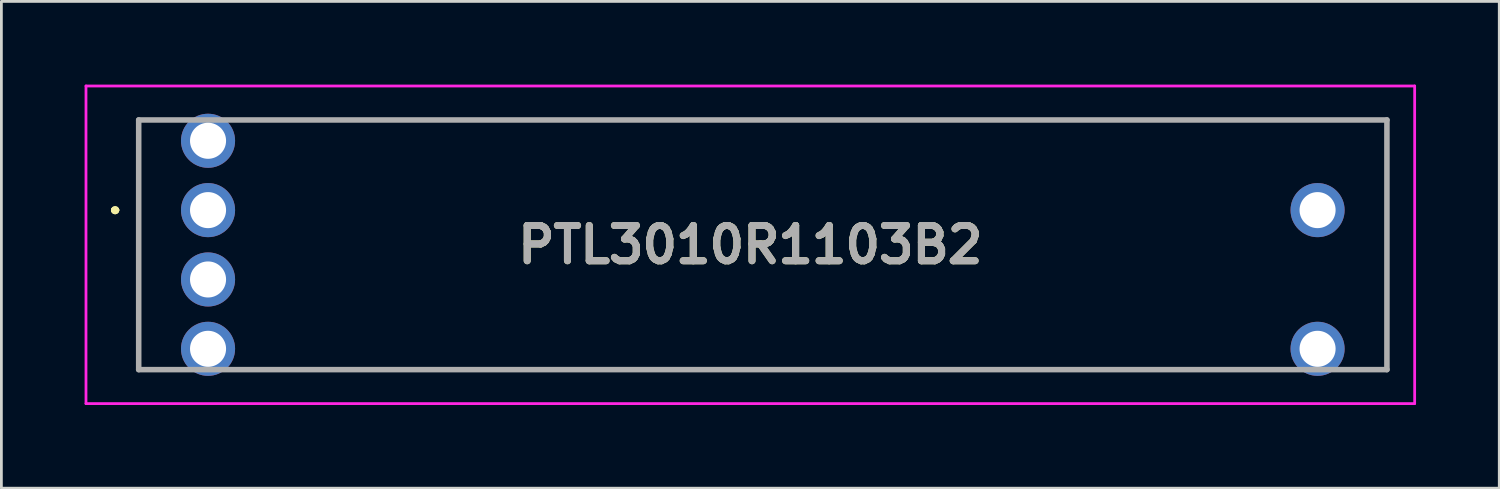
<source format=kicad_pcb>
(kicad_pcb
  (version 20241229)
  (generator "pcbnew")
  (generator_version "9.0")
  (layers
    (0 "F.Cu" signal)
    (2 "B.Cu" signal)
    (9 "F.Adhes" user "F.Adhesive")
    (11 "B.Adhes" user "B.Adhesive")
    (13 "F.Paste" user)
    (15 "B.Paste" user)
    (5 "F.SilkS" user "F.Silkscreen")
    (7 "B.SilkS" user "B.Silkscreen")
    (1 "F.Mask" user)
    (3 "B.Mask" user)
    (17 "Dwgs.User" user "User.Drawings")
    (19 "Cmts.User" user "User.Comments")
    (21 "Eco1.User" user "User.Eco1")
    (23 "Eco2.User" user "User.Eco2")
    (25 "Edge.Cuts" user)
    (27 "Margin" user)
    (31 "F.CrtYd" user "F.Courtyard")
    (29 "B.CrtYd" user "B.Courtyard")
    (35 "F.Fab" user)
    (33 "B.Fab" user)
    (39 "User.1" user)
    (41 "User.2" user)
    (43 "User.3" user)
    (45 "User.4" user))
  (footprint "PTL3010R1103B2"
    (layer "F.Cu")
    (at 4.45 4.525)
    (property "Reference" "PTL3010R1103B2" (at 19.55 1.25 0) (layer "F.SilkS") (effects (font (size 1.27 1.27) (thickness 0.254))))
    (attr through_hole)
    (fp_line (start -3.4 0) (end -3.4 0) (stroke (width 0.2) (type solid)) (layer "F.SilkS"))
    (fp_line (start -3.4 0) (end -3.4 0) (stroke (width 0.2) (type solid)) (layer "F.SilkS"))
    (fp_line (start -3.3 0) (end -3.3 0) (stroke (width 0.2) (type solid)) (layer "F.SilkS"))
    (fp_line (start -2.5 -3.25) (end -2.5 -3.25) (stroke (width 0.1) (type solid)) (layer "F.SilkS"))
    (fp_line (start -2.5 -3.25) (end -2.5 -3.25) (stroke (width 0.1) (type solid)) (layer "F.SilkS"))
    (fp_line (start -2.5 -3.25) (end -2.5 5.75) (stroke (width 0.1) (type solid)) (layer "F.SilkS"))
    (fp_line (start -2.5 -3.25) (end -1.5 -3.25) (stroke (width 0.1) (type solid)) (layer "F.SilkS"))
    (fp_line (start -2.5 5.75) (end -2.5 -3.25) (stroke (width 0.1) (type solid)) (layer "F.SilkS"))
    (fp_line (start -2.5 5.75) (end -2.5 5.75) (stroke (width 0.1) (type solid)) (layer "F.SilkS"))
    (fp_line (start -2.5 5.75) (end -2.5 5.75) (stroke (width 0.1) (type solid)) (layer "F.SilkS"))
    (fp_line (start -2.5 5.75) (end -1.5 5.75) (stroke (width 0.1) (type solid)) (layer "F.SilkS"))
    (fp_line (start -1.5 -3.25) (end -2.5 -3.25) (stroke (width 0.1) (type solid)) (layer "F.SilkS"))
    (fp_line (start -1.5 -3.25) (end -1.5 -3.25) (stroke (width 0.1) (type solid)) (layer "F.SilkS"))
    (fp_line (start -1.5 5.75) (end -2.5 5.75) (stroke (width 0.1) (type solid)) (layer "F.SilkS"))
    (fp_line (start -1.5 5.75) (end -1.5 5.75) (stroke (width 0.1) (type solid)) (layer "F.SilkS"))
    (fp_line (start 1.5 -3.25) (end 1.5 -3.25) (stroke (width 0.1) (type solid)) (layer "F.SilkS"))
    (fp_line (start 1.5 -3.25) (end 42.5 -3.25) (stroke (width 0.1) (type solid)) (layer "F.SilkS"))
    (fp_line (start 1.5 5.75) (end 1.5 5.75) (stroke (width 0.1) (type solid)) (layer "F.SilkS"))
    (fp_line (start 1.5 5.75) (end 38.5 5.75) (stroke (width 0.1) (type solid)) (layer "F.SilkS"))
    (fp_line (start 38.5 5.75) (end 1.5 5.75) (stroke (width 0.1) (type solid)) (layer "F.SilkS"))
    (fp_line (start 38.5 5.75) (end 38.5 5.75) (stroke (width 0.1) (type solid)) (layer "F.SilkS"))
    (fp_line (start 41.5 5.75) (end 41.5 5.75) (stroke (width 0.1) (type solid)) (layer "F.SilkS"))
    (fp_line (start 41.5 5.75) (end 42.5 5.75) (stroke (width 0.1) (type solid)) (layer "F.SilkS"))
    (fp_line (start 42.5 -3.25) (end 1.5 -3.25) (stroke (width 0.1) (type solid)) (layer "F.SilkS"))
    (fp_line (start 42.5 -3.25) (end 42.5 -3.25) (stroke (width 0.1) (type solid)) (layer "F.SilkS"))
    (fp_line (start 42.5 -3.25) (end 42.5 -3.25) (stroke (width 0.1) (type solid)) (layer "F.SilkS"))
    (fp_line (start 42.5 -3.25) (end 42.5 5.75) (stroke (width 0.1) (type solid)) (layer "F.SilkS"))
    (fp_line (start 42.5 5.75) (end 41.5 5.75) (stroke (width 0.1) (type solid)) (layer "F.SilkS"))
    (fp_line (start 42.5 5.75) (end 42.5 -3.25) (stroke (width 0.1) (type solid)) (layer "F.SilkS"))
    (fp_line (start 42.5 5.75) (end 42.5 5.75) (stroke (width 0.1) (type solid)) (layer "F.SilkS"))
    (fp_line (start 42.5 5.75) (end 42.5 5.75) (stroke (width 0.1) (type solid)) (layer "F.SilkS"))
    (fp_arc (start -3.4 0) (mid -3.35 -0.05) (end -3.3 0) (stroke (width 0.2) (type solid)) (layer "F.SilkS"))
    (fp_arc (start -3.3 0) (mid -3.35 0.05) (end -3.4 0) (stroke (width 0.2) (type solid)) (layer "F.SilkS"))
    (fp_arc (start -3.3 0) (mid -3.35 0.05) (end -3.4 0) (stroke (width 0.2) (type solid)) (layer "F.SilkS"))
    (fp_line (start -4.4 -4.475) (end 43.5 -4.475) (stroke (width 0.1) (type solid)) (layer "F.CrtYd"))
    (fp_line (start -4.4 6.975) (end -4.4 -4.475) (stroke (width 0.1) (type solid)) (layer "F.CrtYd"))
    (fp_line (start 43.5 -4.475) (end 43.5 6.975) (stroke (width 0.1) (type solid)) (layer "F.CrtYd"))
    (fp_line (start 43.5 6.975) (end -4.4 6.975) (stroke (width 0.1) (type solid)) (layer "F.CrtYd"))
    (fp_line (start -2.5 -3.25) (end -2.5 5.75) (stroke (width 0.2) (type solid)) (layer "F.Fab"))
    (fp_line (start -2.5 5.75) (end 42.5 5.75) (stroke (width 0.2) (type solid)) (layer "F.Fab"))
    (fp_line (start 42.5 -3.25) (end -2.5 -3.25) (stroke (width 0.2) (type solid)) (layer "F.Fab"))
    (fp_line (start 42.5 5.75) (end 42.5 -3.25) (stroke (width 0.2) (type solid)) (layer "F.Fab"))
    (fp_text user "${REFERENCE}" (at 19.55 1.25 0) (layer "F.Fab") (effects (font (size 1.27 1.27) (thickness 0.254))))
    (pad "1" thru_hole circle (at 0 0) (size 1.95 1.95) (drill 1.3) (layers "*.Cu" "*.Mask"))
    (pad "2" thru_hole circle (at 0 -2.5) (size 1.95 1.95) (drill 1.3) (layers "*.Cu" "*.Mask"))
    (pad "3" thru_hole circle (at 40 0) (size 1.95 1.95) (drill 1.3) (layers "*.Cu" "*.Mask"))
    (pad "B1" thru_hole circle (at 40 5) (size 1.95 1.95) (drill 1.3) (layers "*.Cu" "*.Mask"))
    (pad "E1" thru_hole circle (at 0 5) (size 1.95 1.95) (drill 1.3) (layers "*.Cu" "*.Mask"))
    (pad "L1" thru_hole circle (at 0 2.5) (size 1.95 1.95) (drill 1.3) (layers "*.Cu" "*.Mask")))
  (gr_rect
    (start -3 -3)
    (end 51 14.55)
    (stroke (width 0.1) (type default))
    (fill no)
    (layer "Edge.Cuts")))
</source>
